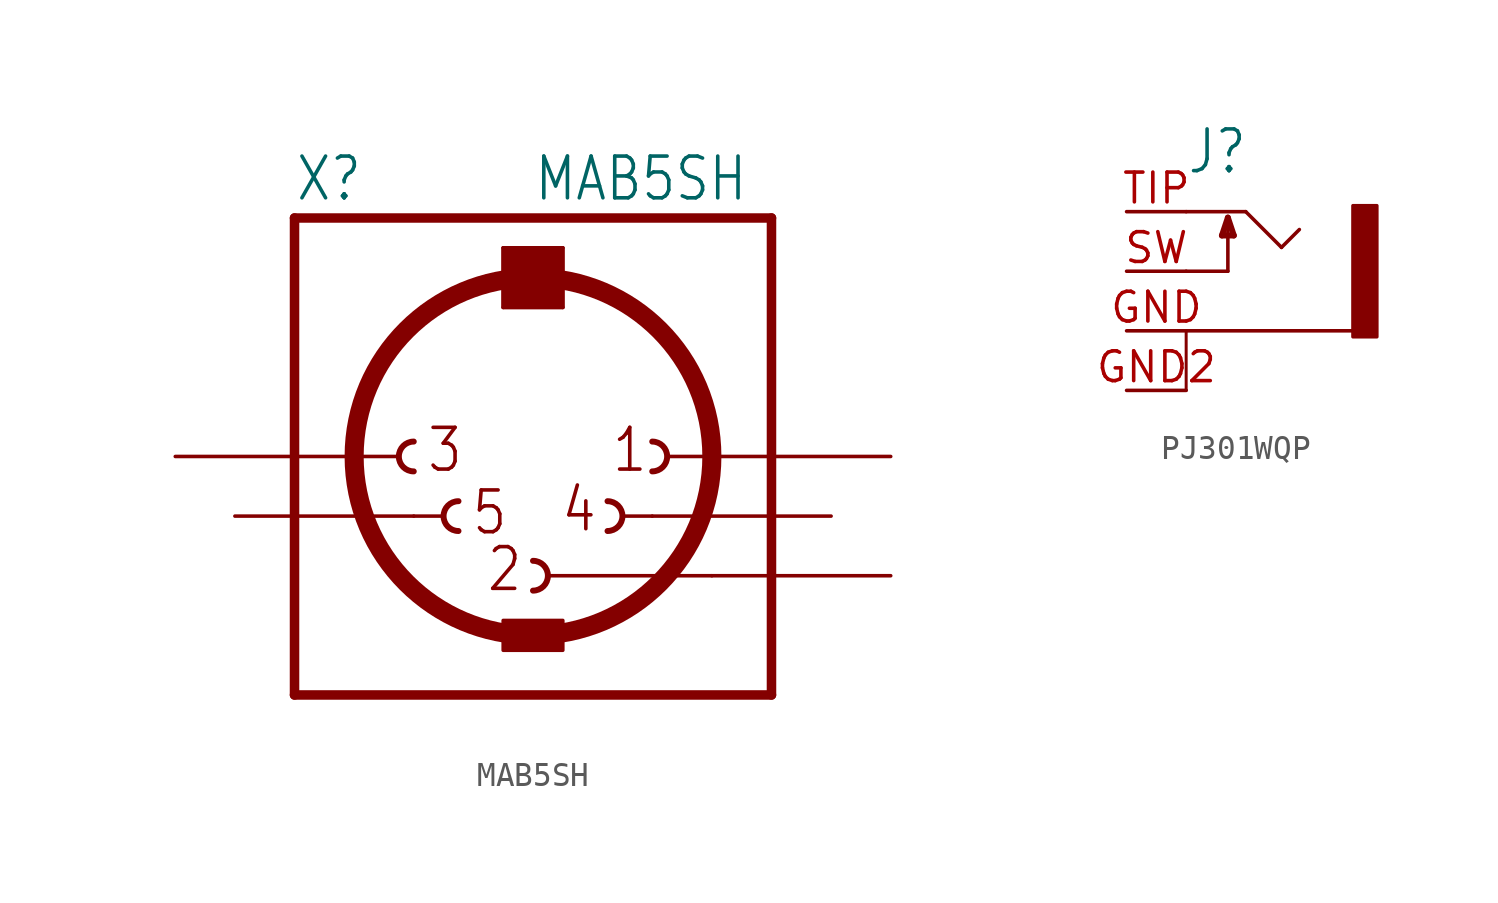
<source format=kicad_sym>
(kicad_symbol_lib
  (version 20211014)
  (generator kicad_symbol_editor)
  (symbol "MAB5SH"
    (property "Reference" "X"
      (at -10.16 10.795 0)
      (effects (font (size 1.778 1.511)) (justify left bottom)))
    (property "Value" "MAB5SH"
      (at 0 10.795 0)
      (effects (font (size 1.778 1.511)) (justify left bottom)))
    (property "ki_locked" ""
      (at 0 0 0)
      (effects (font (size 1.27 1.27))))
    (symbol "MAB5SH_1_0"
      (arc (start -5.08 0.635) (mid -5.715 0) (end -5.08 -0.635) (stroke (width 0.254) (type default) (color 0 0 0 0)) (fill (type none)))
      (arc (start -3.175 -1.905) (mid -3.81 -2.54) (end -3.175 -3.175) (stroke (width 0.254) (type default) (color 0 0 0 0)) (fill (type none)))
      (rectangle (start -1.27 -8.255) (end 1.27 -6.985) (stroke (width 0) (type default) (color 0 0 0 0)) (fill (type outline)))
      (rectangle (start -1.27 6.35) (end 1.27 8.89) (stroke (width 0) (type default) (color 0 0 0 0)) (fill (type outline)))
      (arc (start 0 -5.715) (mid 0.635 -5.08) (end 0 -4.445) (stroke (width 0.254) (type default) (color 0 0 0 0)) (fill (type none)))
      (polyline (pts (xy -10.16 -10.16) (xy -10.16 10.16)) (stroke (width 0.406) (type default) (color 0 0 0 0)) (fill (type none)))
      (polyline (pts (xy -10.16 -10.16) (xy 10.16 -10.16)) (stroke (width 0.406) (type default) (color 0 0 0 0)) (fill (type none)))
      (polyline (pts (xy -7.62 0) (xy -5.715 0)) (stroke (width 0.152) (type default) (color 0 0 0 0)) (fill (type none)))
      (polyline (pts (xy -5.08 -2.54) (xy -3.81 -2.54)) (stroke (width 0.152) (type default) (color 0 0 0 0)) (fill (type none)))
      (polyline (pts (xy -1.27 6.35) (xy -1.27 8.89)) (stroke (width 0.152) (type default) (color 0 0 0 0)) (fill (type none)))
      (polyline (pts (xy -1.27 6.35) (xy 1.27 6.35)) (stroke (width 0.152) (type default) (color 0 0 0 0)) (fill (type none)))
      (polyline (pts (xy -1.27 8.89) (xy 1.27 8.89)) (stroke (width 0.152) (type default) (color 0 0 0 0)) (fill (type none)))
      (polyline (pts (xy 0.635 -5.08) (xy 7.62 -5.08)) (stroke (width 0.152) (type default) (color 0 0 0 0)) (fill (type none)))
      (polyline (pts (xy 1.27 8.89) (xy 1.27 6.35)) (stroke (width 0.152) (type default) (color 0 0 0 0)) (fill (type none)))
      (polyline (pts (xy 3.81 -2.54) (xy 5.08 -2.54)) (stroke (width 0.152) (type default) (color 0 0 0 0)) (fill (type none)))
      (polyline (pts (xy 5.715 0) (xy 7.62 0)) (stroke (width 0.152) (type default) (color 0 0 0 0)) (fill (type none)))
      (polyline (pts (xy 10.16 10.16) (xy -10.16 10.16)) (stroke (width 0.406) (type default) (color 0 0 0 0)) (fill (type none)))
      (polyline (pts (xy 10.16 10.16) (xy 10.16 -10.16)) (stroke (width 0.406) (type default) (color 0 0 0 0)) (fill (type none)))
      (circle (center 0 0) (radius 7.62) (stroke (width 0.813) (type default) (color 0 0 0 0)) (fill (type none)))
      (arc (start 3.175 -3.175) (mid 3.81 -2.54) (end 3.175 -1.905) (stroke (width 0.254) (type default) (color 0 0 0 0)) (fill (type none)))
      (arc (start 5.08 -0.635) (mid 5.715 0) (end 5.08 0.635) (stroke (width 0.254) (type default) (color 0 0 0 0)) (fill (type none)))
      (text "1" (at 3.302 -0.762 0) (effects (font (size 1.778 1.511)) (justify left bottom)))
      (text "2" (at -2.032 -5.842 0) (effects (font (size 1.778 1.511)) (justify left bottom)))
      (text "3" (at -4.572 -0.762 0) (effects (font (size 1.778 1.511)) (justify left bottom)))
      (text "4" (at 1.143 -3.302 0) (effects (font (size 1.778 1.511)) (justify left bottom)))
      (text "5" (at -2.667 -3.429 0) (effects (font (size 1.778 1.511)) (justify left bottom)))
      (pin passive line (at 15.24 0 180) (length 7.62) (name "1" (effects (font (size 0 0)))) (number "1" (effects (font (size 0 0)))))
      (pin passive line (at 15.24 -5.08 180) (length 7.62) (name "2" (effects (font (size 0 0)))) (number "2" (effects (font (size 0 0)))))
      (pin passive line (at -15.24 0 0) (length 7.62) (name "3" (effects (font (size 0 0)))) (number "3" (effects (font (size 0 0)))))
      (pin passive line (at 12.7 -2.54 180) (length 7.62) (name "4" (effects (font (size 0 0)))) (number "4" (effects (font (size 0 0)))))
      (pin passive line (at -12.7 -2.54 0) (length 7.62) (name "5" (effects (font (size 0 0)))) (number "5" (effects (font (size 0 0)))))))
  (symbol "PJ301WQP"
    (property "Reference" "J"
      (at -2.54 4.064 0)
      (effects (font (size 1.778 1.511)) (justify left bottom)))
    (property "ki_locked" ""
      (at 0 0 0)
      (effects (font (size 1.27 1.27))))
    (symbol "PJ301WQP_1_0"
      (polyline (pts (xy -2.54 -5.08) (xy -2.54 -2.54)) (stroke (width 0.127) (type default) (color 0 0 0 0)) (fill (type none)))
      (polyline (pts (xy -2.54 -2.54) (xy 4.572 -2.54)) (stroke (width 0.152) (type default) (color 0 0 0 0)) (fill (type none)))
      (polyline (pts (xy -2.54 0) (xy -0.762 0)) (stroke (width 0.152) (type default) (color 0 0 0 0)) (fill (type none)))
      (polyline (pts (xy -2.54 2.54) (xy 0 2.54)) (stroke (width 0.152) (type default) (color 0 0 0 0)) (fill (type none)))
      (polyline (pts (xy -1.016 1.524) (xy -0.508 1.524)) (stroke (width 0.254) (type default) (color 0 0 0 0)) (fill (type none)))
      (polyline (pts (xy -0.762 0) (xy -0.762 2.286)) (stroke (width 0.152) (type default) (color 0 0 0 0)) (fill (type none)))
      (polyline (pts (xy -0.762 2.286) (xy -1.016 1.524)) (stroke (width 0.254) (type default) (color 0 0 0 0)) (fill (type none)))
      (polyline (pts (xy -0.508 1.524) (xy -0.762 2.286)) (stroke (width 0.254) (type default) (color 0 0 0 0)) (fill (type none)))
      (polyline (pts (xy 0 2.54) (xy 1.524 1.016)) (stroke (width 0.152) (type default) (color 0 0 0 0)) (fill (type none)))
      (polyline (pts (xy 1.524 1.016) (xy 2.286 1.778)) (stroke (width 0.152) (type default) (color 0 0 0 0)) (fill (type none)))
      (rectangle (start 4.572 2.794) (end 5.588 -2.794) (stroke (width 0) (type default) (color 0 0 0 0)) (fill (type outline)))
      (pin passive line (at -5.08 -2.54 0) (length 2.54) (name "1" (effects (font (size 0 0)))) (number "GND" (effects (font (size 1.27 1.27)))))
      (pin passive line (at -5.08 -5.08 0) (length 2.54) (name "4" (effects (font (size 0 0)))) (number "GND2" (effects (font (size 1.27 1.27)))))
      (pin passive line (at -5.08 0 0) (length 2.54) (name "3" (effects (font (size 0 0)))) (number "SW" (effects (font (size 1.27 1.27)))))
      (pin passive line (at -5.08 2.54 0) (length 2.54) (name "2" (effects (font (size 0 0)))) (number "TIP" (effects (font (size 1.27 1.27))))))))
</source>
